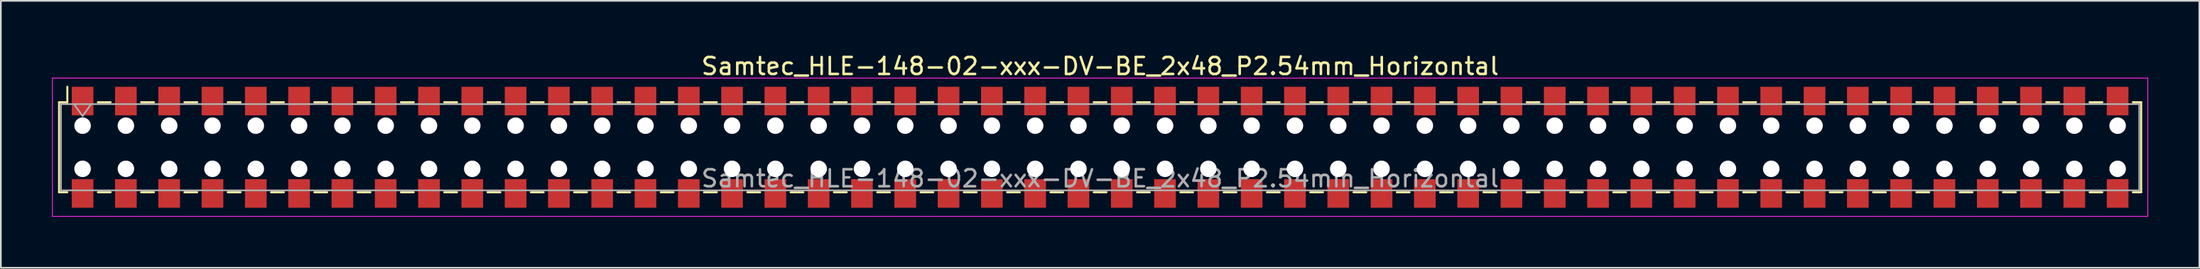
<source format=kicad_pcb>
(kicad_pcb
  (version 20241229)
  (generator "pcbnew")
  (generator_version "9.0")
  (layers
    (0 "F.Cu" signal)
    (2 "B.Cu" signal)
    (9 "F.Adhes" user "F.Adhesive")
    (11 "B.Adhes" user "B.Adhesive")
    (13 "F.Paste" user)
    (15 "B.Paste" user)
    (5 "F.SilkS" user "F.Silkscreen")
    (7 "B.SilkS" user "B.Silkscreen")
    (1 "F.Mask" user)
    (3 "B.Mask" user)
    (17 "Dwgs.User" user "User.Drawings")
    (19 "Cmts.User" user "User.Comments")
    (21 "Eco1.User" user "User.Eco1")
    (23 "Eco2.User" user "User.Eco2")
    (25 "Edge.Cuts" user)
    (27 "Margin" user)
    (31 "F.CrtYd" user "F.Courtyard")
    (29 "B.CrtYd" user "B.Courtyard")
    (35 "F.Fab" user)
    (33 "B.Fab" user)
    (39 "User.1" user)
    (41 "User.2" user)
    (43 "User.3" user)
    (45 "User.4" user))
  (footprint "Samtec_HLE-148-02-xxx-DV-BE_2x48_P2.54mm_Horizontal"
    (layer "F.Cu")
    (at 61.485 5.618)
    (property "Reference" "Samtec_HLE-148-02-xxx-DV-BE_2x48_P2.54mm_Horizontal" (at 0 -4.77 0) (layer "F.SilkS") (effects (font (size 1 1) (thickness 0.15))))
    (attr smd)
    (fp_line (start -61.07 -2.65) (end -61.07 2.65) (stroke (width 0.12) (type solid)) (layer "F.SilkS"))
    (fp_line (start -61.07 2.65) (end -60.585 2.65) (stroke (width 0.12) (type solid)) (layer "F.SilkS"))
    (fp_line (start -60.585 -3.56) (end -60.585 -2.65) (stroke (width 0.12) (type solid)) (layer "F.SilkS"))
    (fp_line (start -60.585 -2.65) (end -61.07 -2.65) (stroke (width 0.12) (type solid)) (layer "F.SilkS"))
    (fp_line (start -58.795 -2.65) (end -58.045 -2.65) (stroke (width 0.12) (type solid)) (layer "F.SilkS"))
    (fp_line (start -58.795 2.65) (end -58.045 2.65) (stroke (width 0.12) (type solid)) (layer "F.SilkS"))
    (fp_line (start -56.255 -2.65) (end -55.505 -2.65) (stroke (width 0.12) (type solid)) (layer "F.SilkS"))
    (fp_line (start -56.255 2.65) (end -55.505 2.65) (stroke (width 0.12) (type solid)) (layer "F.SilkS"))
    (fp_line (start -53.715 -2.65) (end -52.965 -2.65) (stroke (width 0.12) (type solid)) (layer "F.SilkS"))
    (fp_line (start -53.715 2.65) (end -52.965 2.65) (stroke (width 0.12) (type solid)) (layer "F.SilkS"))
    (fp_line (start -51.175 -2.65) (end -50.425 -2.65) (stroke (width 0.12) (type solid)) (layer "F.SilkS"))
    (fp_line (start -51.175 2.65) (end -50.425 2.65) (stroke (width 0.12) (type solid)) (layer "F.SilkS"))
    (fp_line (start -48.635 -2.65) (end -47.885 -2.65) (stroke (width 0.12) (type solid)) (layer "F.SilkS"))
    (fp_line (start -48.635 2.65) (end -47.885 2.65) (stroke (width 0.12) (type solid)) (layer "F.SilkS"))
    (fp_line (start -46.095 -2.65) (end -45.345 -2.65) (stroke (width 0.12) (type solid)) (layer "F.SilkS"))
    (fp_line (start -46.095 2.65) (end -45.345 2.65) (stroke (width 0.12) (type solid)) (layer "F.SilkS"))
    (fp_line (start -43.555 -2.65) (end -42.805 -2.65) (stroke (width 0.12) (type solid)) (layer "F.SilkS"))
    (fp_line (start -43.555 2.65) (end -42.805 2.65) (stroke (width 0.12) (type solid)) (layer "F.SilkS"))
    (fp_line (start -41.015 -2.65) (end -40.265 -2.65) (stroke (width 0.12) (type solid)) (layer "F.SilkS"))
    (fp_line (start -41.015 2.65) (end -40.265 2.65) (stroke (width 0.12) (type solid)) (layer "F.SilkS"))
    (fp_line (start -38.475 -2.65) (end -37.725 -2.65) (stroke (width 0.12) (type solid)) (layer "F.SilkS"))
    (fp_line (start -38.475 2.65) (end -37.725 2.65) (stroke (width 0.12) (type solid)) (layer "F.SilkS"))
    (fp_line (start -35.935 -2.65) (end -35.185 -2.65) (stroke (width 0.12) (type solid)) (layer "F.SilkS"))
    (fp_line (start -35.935 2.65) (end -35.185 2.65) (stroke (width 0.12) (type solid)) (layer "F.SilkS"))
    (fp_line (start -33.395 -2.65) (end -32.645 -2.65) (stroke (width 0.12) (type solid)) (layer "F.SilkS"))
    (fp_line (start -33.395 2.65) (end -32.645 2.65) (stroke (width 0.12) (type solid)) (layer "F.SilkS"))
    (fp_line (start -30.855 -2.65) (end -30.105 -2.65) (stroke (width 0.12) (type solid)) (layer "F.SilkS"))
    (fp_line (start -30.855 2.65) (end -30.105 2.65) (stroke (width 0.12) (type solid)) (layer "F.SilkS"))
    (fp_line (start -28.315 -2.65) (end -27.565 -2.65) (stroke (width 0.12) (type solid)) (layer "F.SilkS"))
    (fp_line (start -28.315 2.65) (end -27.565 2.65) (stroke (width 0.12) (type solid)) (layer "F.SilkS"))
    (fp_line (start -25.775 -2.65) (end -25.025 -2.65) (stroke (width 0.12) (type solid)) (layer "F.SilkS"))
    (fp_line (start -25.775 2.65) (end -25.025 2.65) (stroke (width 0.12) (type solid)) (layer "F.SilkS"))
    (fp_line (start -23.235 -2.65) (end -22.485 -2.65) (stroke (width 0.12) (type solid)) (layer "F.SilkS"))
    (fp_line (start -23.235 2.65) (end -22.485 2.65) (stroke (width 0.12) (type solid)) (layer "F.SilkS"))
    (fp_line (start -20.695 -2.65) (end -19.945 -2.65) (stroke (width 0.12) (type solid)) (layer "F.SilkS"))
    (fp_line (start -20.695 2.65) (end -19.945 2.65) (stroke (width 0.12) (type solid)) (layer "F.SilkS"))
    (fp_line (start -18.155 -2.65) (end -17.405 -2.65) (stroke (width 0.12) (type solid)) (layer "F.SilkS"))
    (fp_line (start -18.155 2.65) (end -17.405 2.65) (stroke (width 0.12) (type solid)) (layer "F.SilkS"))
    (fp_line (start -15.615 -2.65) (end -14.865 -2.65) (stroke (width 0.12) (type solid)) (layer "F.SilkS"))
    (fp_line (start -15.615 2.65) (end -14.865 2.65) (stroke (width 0.12) (type solid)) (layer "F.SilkS"))
    (fp_line (start -13.075 -2.65) (end -12.325 -2.65) (stroke (width 0.12) (type solid)) (layer "F.SilkS"))
    (fp_line (start -13.075 2.65) (end -12.325 2.65) (stroke (width 0.12) (type solid)) (layer "F.SilkS"))
    (fp_line (start -10.535 -2.65) (end -9.785 -2.65) (stroke (width 0.12) (type solid)) (layer "F.SilkS"))
    (fp_line (start -10.535 2.65) (end -9.785 2.65) (stroke (width 0.12) (type solid)) (layer "F.SilkS"))
    (fp_line (start -7.995 -2.65) (end -7.245 -2.65) (stroke (width 0.12) (type solid)) (layer "F.SilkS"))
    (fp_line (start -7.995 2.65) (end -7.245 2.65) (stroke (width 0.12) (type solid)) (layer "F.SilkS"))
    (fp_line (start -5.455 -2.65) (end -4.705 -2.65) (stroke (width 0.12) (type solid)) (layer "F.SilkS"))
    (fp_line (start -5.455 2.65) (end -4.705 2.65) (stroke (width 0.12) (type solid)) (layer "F.SilkS"))
    (fp_line (start -2.915 -2.65) (end -2.165 -2.65) (stroke (width 0.12) (type solid)) (layer "F.SilkS"))
    (fp_line (start -2.915 2.65) (end -2.165 2.65) (stroke (width 0.12) (type solid)) (layer "F.SilkS"))
    (fp_line (start -0.375 -2.65) (end 0.375 -2.65) (stroke (width 0.12) (type solid)) (layer "F.SilkS"))
    (fp_line (start -0.375 2.65) (end 0.375 2.65) (stroke (width 0.12) (type solid)) (layer "F.SilkS"))
    (fp_line (start 2.165 -2.65) (end 2.915 -2.65) (stroke (width 0.12) (type solid)) (layer "F.SilkS"))
    (fp_line (start 2.165 2.65) (end 2.915 2.65) (stroke (width 0.12) (type solid)) (layer "F.SilkS"))
    (fp_line (start 4.705 -2.65) (end 5.455 -2.65) (stroke (width 0.12) (type solid)) (layer "F.SilkS"))
    (fp_line (start 4.705 2.65) (end 5.455 2.65) (stroke (width 0.12) (type solid)) (layer "F.SilkS"))
    (fp_line (start 7.245 -2.65) (end 7.995 -2.65) (stroke (width 0.12) (type solid)) (layer "F.SilkS"))
    (fp_line (start 7.245 2.65) (end 7.995 2.65) (stroke (width 0.12) (type solid)) (layer "F.SilkS"))
    (fp_line (start 9.785 -2.65) (end 10.535 -2.65) (stroke (width 0.12) (type solid)) (layer "F.SilkS"))
    (fp_line (start 9.785 2.65) (end 10.535 2.65) (stroke (width 0.12) (type solid)) (layer "F.SilkS"))
    (fp_line (start 12.325 -2.65) (end 13.075 -2.65) (stroke (width 0.12) (type solid)) (layer "F.SilkS"))
    (fp_line (start 12.325 2.65) (end 13.075 2.65) (stroke (width 0.12) (type solid)) (layer "F.SilkS"))
    (fp_line (start 14.865 -2.65) (end 15.615 -2.65) (stroke (width 0.12) (type solid)) (layer "F.SilkS"))
    (fp_line (start 14.865 2.65) (end 15.615 2.65) (stroke (width 0.12) (type solid)) (layer "F.SilkS"))
    (fp_line (start 17.405 -2.65) (end 18.155 -2.65) (stroke (width 0.12) (type solid)) (layer "F.SilkS"))
    (fp_line (start 17.405 2.65) (end 18.155 2.65) (stroke (width 0.12) (type solid)) (layer "F.SilkS"))
    (fp_line (start 19.945 -2.65) (end 20.695 -2.65) (stroke (width 0.12) (type solid)) (layer "F.SilkS"))
    (fp_line (start 19.945 2.65) (end 20.695 2.65) (stroke (width 0.12) (type solid)) (layer "F.SilkS"))
    (fp_line (start 22.485 -2.65) (end 23.235 -2.65) (stroke (width 0.12) (type solid)) (layer "F.SilkS"))
    (fp_line (start 22.485 2.65) (end 23.235 2.65) (stroke (width 0.12) (type solid)) (layer "F.SilkS"))
    (fp_line (start 25.025 -2.65) (end 25.775 -2.65) (stroke (width 0.12) (type solid)) (layer "F.SilkS"))
    (fp_line (start 25.025 2.65) (end 25.775 2.65) (stroke (width 0.12) (type solid)) (layer "F.SilkS"))
    (fp_line (start 27.565 -2.65) (end 28.315 -2.65) (stroke (width 0.12) (type solid)) (layer "F.SilkS"))
    (fp_line (start 27.565 2.65) (end 28.315 2.65) (stroke (width 0.12) (type solid)) (layer "F.SilkS"))
    (fp_line (start 30.105 -2.65) (end 30.855 -2.65) (stroke (width 0.12) (type solid)) (layer "F.SilkS"))
    (fp_line (start 30.105 2.65) (end 30.855 2.65) (stroke (width 0.12) (type solid)) (layer "F.SilkS"))
    (fp_line (start 32.645 -2.65) (end 33.395 -2.65) (stroke (width 0.12) (type solid)) (layer "F.SilkS"))
    (fp_line (start 32.645 2.65) (end 33.395 2.65) (stroke (width 0.12) (type solid)) (layer "F.SilkS"))
    (fp_line (start 35.185 -2.65) (end 35.935 -2.65) (stroke (width 0.12) (type solid)) (layer "F.SilkS"))
    (fp_line (start 35.185 2.65) (end 35.935 2.65) (stroke (width 0.12) (type solid)) (layer "F.SilkS"))
    (fp_line (start 37.725 -2.65) (end 38.475 -2.65) (stroke (width 0.12) (type solid)) (layer "F.SilkS"))
    (fp_line (start 37.725 2.65) (end 38.475 2.65) (stroke (width 0.12) (type solid)) (layer "F.SilkS"))
    (fp_line (start 40.265 -2.65) (end 41.015 -2.65) (stroke (width 0.12) (type solid)) (layer "F.SilkS"))
    (fp_line (start 40.265 2.65) (end 41.015 2.65) (stroke (width 0.12) (type solid)) (layer "F.SilkS"))
    (fp_line (start 42.805 -2.65) (end 43.555 -2.65) (stroke (width 0.12) (type solid)) (layer "F.SilkS"))
    (fp_line (start 42.805 2.65) (end 43.555 2.65) (stroke (width 0.12) (type solid)) (layer "F.SilkS"))
    (fp_line (start 45.345 -2.65) (end 46.095 -2.65) (stroke (width 0.12) (type solid)) (layer "F.SilkS"))
    (fp_line (start 45.345 2.65) (end 46.095 2.65) (stroke (width 0.12) (type solid)) (layer "F.SilkS"))
    (fp_line (start 47.885 -2.65) (end 48.635 -2.65) (stroke (width 0.12) (type solid)) (layer "F.SilkS"))
    (fp_line (start 47.885 2.65) (end 48.635 2.65) (stroke (width 0.12) (type solid)) (layer "F.SilkS"))
    (fp_line (start 50.425 -2.65) (end 51.175 -2.65) (stroke (width 0.12) (type solid)) (layer "F.SilkS"))
    (fp_line (start 50.425 2.65) (end 51.175 2.65) (stroke (width 0.12) (type solid)) (layer "F.SilkS"))
    (fp_line (start 52.965 -2.65) (end 53.715 -2.65) (stroke (width 0.12) (type solid)) (layer "F.SilkS"))
    (fp_line (start 52.965 2.65) (end 53.715 2.65) (stroke (width 0.12) (type solid)) (layer "F.SilkS"))
    (fp_line (start 55.505 -2.65) (end 56.255 -2.65) (stroke (width 0.12) (type solid)) (layer "F.SilkS"))
    (fp_line (start 55.505 2.65) (end 56.255 2.65) (stroke (width 0.12) (type solid)) (layer "F.SilkS"))
    (fp_line (start 58.045 -2.65) (end 58.795 -2.65) (stroke (width 0.12) (type solid)) (layer "F.SilkS"))
    (fp_line (start 58.045 2.65) (end 58.795 2.65) (stroke (width 0.12) (type solid)) (layer "F.SilkS"))
    (fp_line (start 60.585 -2.65) (end 61.07 -2.65) (stroke (width 0.12) (type solid)) (layer "F.SilkS"))
    (fp_line (start 61.07 -2.65) (end 61.07 2.65) (stroke (width 0.12) (type solid)) (layer "F.SilkS"))
    (fp_line (start 61.07 2.65) (end 60.585 2.65) (stroke (width 0.12) (type solid)) (layer "F.SilkS"))
    (fp_line (start -61.46 -4.07) (end 61.46 -4.07) (stroke (width 0.05) (type solid)) (layer "F.CrtYd"))
    (fp_line (start -61.46 4.07) (end -61.46 -4.07) (stroke (width 0.05) (type solid)) (layer "F.CrtYd"))
    (fp_line (start 61.46 -4.07) (end 61.46 4.07) (stroke (width 0.05) (type solid)) (layer "F.CrtYd"))
    (fp_line (start 61.46 4.07) (end -61.46 4.07) (stroke (width 0.05) (type solid)) (layer "F.CrtYd"))
    (fp_line (start -60.96 -2.54) (end 60.96 -2.54) (stroke (width 0.1) (type solid)) (layer "F.Fab"))
    (fp_line (start -60.96 2.54) (end -60.96 -2.54) (stroke (width 0.1) (type solid)) (layer "F.Fab"))
    (fp_line (start -60.19 -2.54) (end -59.69 -1.833) (stroke (width 0.1) (type solid)) (layer "F.Fab"))
    (fp_line (start -59.69 -1.833) (end -59.19 -2.54) (stroke (width 0.1) (type solid)) (layer "F.Fab"))
    (fp_line (start 60.96 -2.54) (end 60.96 2.54) (stroke (width 0.1) (type solid)) (layer "F.Fab"))
    (fp_line (start 60.96 2.54) (end -60.96 2.54) (stroke (width 0.1) (type solid)) (layer "F.Fab"))
    (fp_text user "${REFERENCE}" (at 0 1.84 0) (layer "F.Fab") (effects (font (size 1 1) (thickness 0.15))))
    (pad "" np_thru_hole circle (at -59.69 -1.27) (size 0.97 0.97) (drill 0.97) (layers "*.Cu" "*.Mask"))
    (pad "" np_thru_hole circle (at -59.69 1.27) (size 0.97 0.97) (drill 0.97) (layers "*.Cu" "*.Mask"))
    (pad "" np_thru_hole circle (at -57.15 -1.27) (size 0.97 0.97) (drill 0.97) (layers "*.Cu" "*.Mask"))
    (pad "" np_thru_hole circle (at -57.15 1.27) (size 0.97 0.97) (drill 0.97) (layers "*.Cu" "*.Mask"))
    (pad "" np_thru_hole circle (at -54.61 -1.27) (size 0.97 0.97) (drill 0.97) (layers "*.Cu" "*.Mask"))
    (pad "" np_thru_hole circle (at -54.61 1.27) (size 0.97 0.97) (drill 0.97) (layers "*.Cu" "*.Mask"))
    (pad "" np_thru_hole circle (at -52.07 -1.27) (size 0.97 0.97) (drill 0.97) (layers "*.Cu" "*.Mask"))
    (pad "" np_thru_hole circle (at -52.07 1.27) (size 0.97 0.97) (drill 0.97) (layers "*.Cu" "*.Mask"))
    (pad "" np_thru_hole circle (at -49.53 -1.27) (size 0.97 0.97) (drill 0.97) (layers "*.Cu" "*.Mask"))
    (pad "" np_thru_hole circle (at -49.53 1.27) (size 0.97 0.97) (drill 0.97) (layers "*.Cu" "*.Mask"))
    (pad "" np_thru_hole circle (at -46.99 -1.27) (size 0.97 0.97) (drill 0.97) (layers "*.Cu" "*.Mask"))
    (pad "" np_thru_hole circle (at -46.99 1.27) (size 0.97 0.97) (drill 0.97) (layers "*.Cu" "*.Mask"))
    (pad "" np_thru_hole circle (at -44.45 -1.27) (size 0.97 0.97) (drill 0.97) (layers "*.Cu" "*.Mask"))
    (pad "" np_thru_hole circle (at -44.45 1.27) (size 0.97 0.97) (drill 0.97) (layers "*.Cu" "*.Mask"))
    (pad "" np_thru_hole circle (at -41.91 -1.27) (size 0.97 0.97) (drill 0.97) (layers "*.Cu" "*.Mask"))
    (pad "" np_thru_hole circle (at -41.91 1.27) (size 0.97 0.97) (drill 0.97) (layers "*.Cu" "*.Mask"))
    (pad "" np_thru_hole circle (at -39.37 -1.27) (size 0.97 0.97) (drill 0.97) (layers "*.Cu" "*.Mask"))
    (pad "" np_thru_hole circle (at -39.37 1.27) (size 0.97 0.97) (drill 0.97) (layers "*.Cu" "*.Mask"))
    (pad "" np_thru_hole circle (at -36.83 -1.27) (size 0.97 0.97) (drill 0.97) (layers "*.Cu" "*.Mask"))
    (pad "" np_thru_hole circle (at -36.83 1.27) (size 0.97 0.97) (drill 0.97) (layers "*.Cu" "*.Mask"))
    (pad "" np_thru_hole circle (at -34.29 -1.27) (size 0.97 0.97) (drill 0.97) (layers "*.Cu" "*.Mask"))
    (pad "" np_thru_hole circle (at -34.29 1.27) (size 0.97 0.97) (drill 0.97) (layers "*.Cu" "*.Mask"))
    (pad "" np_thru_hole circle (at -31.75 -1.27) (size 0.97 0.97) (drill 0.97) (layers "*.Cu" "*.Mask"))
    (pad "" np_thru_hole circle (at -31.75 1.27) (size 0.97 0.97) (drill 0.97) (layers "*.Cu" "*.Mask"))
    (pad "" np_thru_hole circle (at -29.21 -1.27) (size 0.97 0.97) (drill 0.97) (layers "*.Cu" "*.Mask"))
    (pad "" np_thru_hole circle (at -29.21 1.27) (size 0.97 0.97) (drill 0.97) (layers "*.Cu" "*.Mask"))
    (pad "" np_thru_hole circle (at -26.67 -1.27) (size 0.97 0.97) (drill 0.97) (layers "*.Cu" "*.Mask"))
    (pad "" np_thru_hole circle (at -26.67 1.27) (size 0.97 0.97) (drill 0.97) (layers "*.Cu" "*.Mask"))
    (pad "" np_thru_hole circle (at -24.13 -1.27) (size 0.97 0.97) (drill 0.97) (layers "*.Cu" "*.Mask"))
    (pad "" np_thru_hole circle (at -24.13 1.27) (size 0.97 0.97) (drill 0.97) (layers "*.Cu" "*.Mask"))
    (pad "" np_thru_hole circle (at -21.59 -1.27) (size 0.97 0.97) (drill 0.97) (layers "*.Cu" "*.Mask"))
    (pad "" np_thru_hole circle (at -21.59 1.27) (size 0.97 0.97) (drill 0.97) (layers "*.Cu" "*.Mask"))
    (pad "" np_thru_hole circle (at -19.05 -1.27) (size 0.97 0.97) (drill 0.97) (layers "*.Cu" "*.Mask"))
    (pad "" np_thru_hole circle (at -19.05 1.27) (size 0.97 0.97) (drill 0.97) (layers "*.Cu" "*.Mask"))
    (pad "" np_thru_hole circle (at -16.51 -1.27) (size 0.97 0.97) (drill 0.97) (layers "*.Cu" "*.Mask"))
    (pad "" np_thru_hole circle (at -16.51 1.27) (size 0.97 0.97) (drill 0.97) (layers "*.Cu" "*.Mask"))
    (pad "" np_thru_hole circle (at -13.97 -1.27) (size 0.97 0.97) (drill 0.97) (layers "*.Cu" "*.Mask"))
    (pad "" np_thru_hole circle (at -13.97 1.27) (size 0.97 0.97) (drill 0.97) (layers "*.Cu" "*.Mask"))
    (pad "" np_thru_hole circle (at -11.43 -1.27) (size 0.97 0.97) (drill 0.97) (layers "*.Cu" "*.Mask"))
    (pad "" np_thru_hole circle (at -11.43 1.27) (size 0.97 0.97) (drill 0.97) (layers "*.Cu" "*.Mask"))
    (pad "" np_thru_hole circle (at -8.89 -1.27) (size 0.97 0.97) (drill 0.97) (layers "*.Cu" "*.Mask"))
    (pad "" np_thru_hole circle (at -8.89 1.27) (size 0.97 0.97) (drill 0.97) (layers "*.Cu" "*.Mask"))
    (pad "" np_thru_hole circle (at -6.35 -1.27) (size 0.97 0.97) (drill 0.97) (layers "*.Cu" "*.Mask"))
    (pad "" np_thru_hole circle (at -6.35 1.27) (size 0.97 0.97) (drill 0.97) (layers "*.Cu" "*.Mask"))
    (pad "" np_thru_hole circle (at -3.81 -1.27) (size 0.97 0.97) (drill 0.97) (layers "*.Cu" "*.Mask"))
    (pad "" np_thru_hole circle (at -3.81 1.27) (size 0.97 0.97) (drill 0.97) (layers "*.Cu" "*.Mask"))
    (pad "" np_thru_hole circle (at -1.27 -1.27) (size 0.97 0.97) (drill 0.97) (layers "*.Cu" "*.Mask"))
    (pad "" np_thru_hole circle (at -1.27 1.27) (size 0.97 0.97) (drill 0.97) (layers "*.Cu" "*.Mask"))
    (pad "" np_thru_hole circle (at 1.27 -1.27) (size 0.97 0.97) (drill 0.97) (layers "*.Cu" "*.Mask"))
    (pad "" np_thru_hole circle (at 1.27 1.27) (size 0.97 0.97) (drill 0.97) (layers "*.Cu" "*.Mask"))
    (pad "" np_thru_hole circle (at 3.81 -1.27) (size 0.97 0.97) (drill 0.97) (layers "*.Cu" "*.Mask"))
    (pad "" np_thru_hole circle (at 3.81 1.27) (size 0.97 0.97) (drill 0.97) (layers "*.Cu" "*.Mask"))
    (pad "" np_thru_hole circle (at 6.35 -1.27) (size 0.97 0.97) (drill 0.97) (layers "*.Cu" "*.Mask"))
    (pad "" np_thru_hole circle (at 6.35 1.27) (size 0.97 0.97) (drill 0.97) (layers "*.Cu" "*.Mask"))
    (pad "" np_thru_hole circle (at 8.89 -1.27) (size 0.97 0.97) (drill 0.97) (layers "*.Cu" "*.Mask"))
    (pad "" np_thru_hole circle (at 8.89 1.27) (size 0.97 0.97) (drill 0.97) (layers "*.Cu" "*.Mask"))
    (pad "" np_thru_hole circle (at 11.43 -1.27) (size 0.97 0.97) (drill 0.97) (layers "*.Cu" "*.Mask"))
    (pad "" np_thru_hole circle (at 11.43 1.27) (size 0.97 0.97) (drill 0.97) (layers "*.Cu" "*.Mask"))
    (pad "" np_thru_hole circle (at 13.97 -1.27) (size 0.97 0.97) (drill 0.97) (layers "*.Cu" "*.Mask"))
    (pad "" np_thru_hole circle (at 13.97 1.27) (size 0.97 0.97) (drill 0.97) (layers "*.Cu" "*.Mask"))
    (pad "" np_thru_hole circle (at 16.51 -1.27) (size 0.97 0.97) (drill 0.97) (layers "*.Cu" "*.Mask"))
    (pad "" np_thru_hole circle (at 16.51 1.27) (size 0.97 0.97) (drill 0.97) (layers "*.Cu" "*.Mask"))
    (pad "" np_thru_hole circle (at 19.05 -1.27) (size 0.97 0.97) (drill 0.97) (layers "*.Cu" "*.Mask"))
    (pad "" np_thru_hole circle (at 19.05 1.27) (size 0.97 0.97) (drill 0.97) (layers "*.Cu" "*.Mask"))
    (pad "" np_thru_hole circle (at 21.59 -1.27) (size 0.97 0.97) (drill 0.97) (layers "*.Cu" "*.Mask"))
    (pad "" np_thru_hole circle (at 21.59 1.27) (size 0.97 0.97) (drill 0.97) (layers "*.Cu" "*.Mask"))
    (pad "" np_thru_hole circle (at 24.13 -1.27) (size 0.97 0.97) (drill 0.97) (layers "*.Cu" "*.Mask"))
    (pad "" np_thru_hole circle (at 24.13 1.27) (size 0.97 0.97) (drill 0.97) (layers "*.Cu" "*.Mask"))
    (pad "" np_thru_hole circle (at 26.67 -1.27) (size 0.97 0.97) (drill 0.97) (layers "*.Cu" "*.Mask"))
    (pad "" np_thru_hole circle (at 26.67 1.27) (size 0.97 0.97) (drill 0.97) (layers "*.Cu" "*.Mask"))
    (pad "" np_thru_hole circle (at 29.21 -1.27) (size 0.97 0.97) (drill 0.97) (layers "*.Cu" "*.Mask"))
    (pad "" np_thru_hole circle (at 29.21 1.27) (size 0.97 0.97) (drill 0.97) (layers "*.Cu" "*.Mask"))
    (pad "" np_thru_hole circle (at 31.75 -1.27) (size 0.97 0.97) (drill 0.97) (layers "*.Cu" "*.Mask"))
    (pad "" np_thru_hole circle (at 31.75 1.27) (size 0.97 0.97) (drill 0.97) (layers "*.Cu" "*.Mask"))
    (pad "" np_thru_hole circle (at 34.29 -1.27) (size 0.97 0.97) (drill 0.97) (layers "*.Cu" "*.Mask"))
    (pad "" np_thru_hole circle (at 34.29 1.27) (size 0.97 0.97) (drill 0.97) (layers "*.Cu" "*.Mask"))
    (pad "" np_thru_hole circle (at 36.83 -1.27) (size 0.97 0.97) (drill 0.97) (layers "*.Cu" "*.Mask"))
    (pad "" np_thru_hole circle (at 36.83 1.27) (size 0.97 0.97) (drill 0.97) (layers "*.Cu" "*.Mask"))
    (pad "" np_thru_hole circle (at 39.37 -1.27) (size 0.97 0.97) (drill 0.97) (layers "*.Cu" "*.Mask"))
    (pad "" np_thru_hole circle (at 39.37 1.27) (size 0.97 0.97) (drill 0.97) (layers "*.Cu" "*.Mask"))
    (pad "" np_thru_hole circle (at 41.91 -1.27) (size 0.97 0.97) (drill 0.97) (layers "*.Cu" "*.Mask"))
    (pad "" np_thru_hole circle (at 41.91 1.27) (size 0.97 0.97) (drill 0.97) (layers "*.Cu" "*.Mask"))
    (pad "" np_thru_hole circle (at 44.45 -1.27) (size 0.97 0.97) (drill 0.97) (layers "*.Cu" "*.Mask"))
    (pad "" np_thru_hole circle (at 44.45 1.27) (size 0.97 0.97) (drill 0.97) (layers "*.Cu" "*.Mask"))
    (pad "" np_thru_hole circle (at 46.99 -1.27) (size 0.97 0.97) (drill 0.97) (layers "*.Cu" "*.Mask"))
    (pad "" np_thru_hole circle (at 46.99 1.27) (size 0.97 0.97) (drill 0.97) (layers "*.Cu" "*.Mask"))
    (pad "" np_thru_hole circle (at 49.53 -1.27) (size 0.97 0.97) (drill 0.97) (layers "*.Cu" "*.Mask"))
    (pad "" np_thru_hole circle (at 49.53 1.27) (size 0.97 0.97) (drill 0.97) (layers "*.Cu" "*.Mask"))
    (pad "" np_thru_hole circle (at 52.07 -1.27) (size 0.97 0.97) (drill 0.97) (layers "*.Cu" "*.Mask"))
    (pad "" np_thru_hole circle (at 52.07 1.27) (size 0.97 0.97) (drill 0.97) (layers "*.Cu" "*.Mask"))
    (pad "" np_thru_hole circle (at 54.61 -1.27) (size 0.97 0.97) (drill 0.97) (layers "*.Cu" "*.Mask"))
    (pad "" np_thru_hole circle (at 54.61 1.27) (size 0.97 0.97) (drill 0.97) (layers "*.Cu" "*.Mask"))
    (pad "" np_thru_hole circle (at 57.15 -1.27) (size 0.97 0.97) (drill 0.97) (layers "*.Cu" "*.Mask"))
    (pad "" np_thru_hole circle (at 57.15 1.27) (size 0.97 0.97) (drill 0.97) (layers "*.Cu" "*.Mask"))
    (pad "" np_thru_hole circle (at 59.69 -1.27) (size 0.97 0.97) (drill 0.97) (layers "*.Cu" "*.Mask"))
    (pad "" np_thru_hole circle (at 59.69 1.27) (size 0.97 0.97) (drill 0.97) (layers "*.Cu" "*.Mask"))
    (pad "1" smd rect (at -59.69 -2.72) (size 1.27 1.68) (layers "F.Cu" "F.Mask" "F.Paste"))
    (pad "2" smd rect (at -59.69 2.72) (size 1.27 1.68) (layers "F.Cu" "F.Mask" "F.Paste"))
    (pad "3" smd rect (at -57.15 -2.72) (size 1.27 1.68) (layers "F.Cu" "F.Mask" "F.Paste"))
    (pad "4" smd rect (at -57.15 2.72) (size 1.27 1.68) (layers "F.Cu" "F.Mask" "F.Paste"))
    (pad "5" smd rect (at -54.61 -2.72) (size 1.27 1.68) (layers "F.Cu" "F.Mask" "F.Paste"))
    (pad "6" smd rect (at -54.61 2.72) (size 1.27 1.68) (layers "F.Cu" "F.Mask" "F.Paste"))
    (pad "7" smd rect (at -52.07 -2.72) (size 1.27 1.68) (layers "F.Cu" "F.Mask" "F.Paste"))
    (pad "8" smd rect (at -52.07 2.72) (size 1.27 1.68) (layers "F.Cu" "F.Mask" "F.Paste"))
    (pad "9" smd rect (at -49.53 -2.72) (size 1.27 1.68) (layers "F.Cu" "F.Mask" "F.Paste"))
    (pad "10" smd rect (at -49.53 2.72) (size 1.27 1.68) (layers "F.Cu" "F.Mask" "F.Paste"))
    (pad "11" smd rect (at -46.99 -2.72) (size 1.27 1.68) (layers "F.Cu" "F.Mask" "F.Paste"))
    (pad "12" smd rect (at -46.99 2.72) (size 1.27 1.68) (layers "F.Cu" "F.Mask" "F.Paste"))
    (pad "13" smd rect (at -44.45 -2.72) (size 1.27 1.68) (layers "F.Cu" "F.Mask" "F.Paste"))
    (pad "14" smd rect (at -44.45 2.72) (size 1.27 1.68) (layers "F.Cu" "F.Mask" "F.Paste"))
    (pad "15" smd rect (at -41.91 -2.72) (size 1.27 1.68) (layers "F.Cu" "F.Mask" "F.Paste"))
    (pad "16" smd rect (at -41.91 2.72) (size 1.27 1.68) (layers "F.Cu" "F.Mask" "F.Paste"))
    (pad "17" smd rect (at -39.37 -2.72) (size 1.27 1.68) (layers "F.Cu" "F.Mask" "F.Paste"))
    (pad "18" smd rect (at -39.37 2.72) (size 1.27 1.68) (layers "F.Cu" "F.Mask" "F.Paste"))
    (pad "19" smd rect (at -36.83 -2.72) (size 1.27 1.68) (layers "F.Cu" "F.Mask" "F.Paste"))
    (pad "20" smd rect (at -36.83 2.72) (size 1.27 1.68) (layers "F.Cu" "F.Mask" "F.Paste"))
    (pad "21" smd rect (at -34.29 -2.72) (size 1.27 1.68) (layers "F.Cu" "F.Mask" "F.Paste"))
    (pad "22" smd rect (at -34.29 2.72) (size 1.27 1.68) (layers "F.Cu" "F.Mask" "F.Paste"))
    (pad "23" smd rect (at -31.75 -2.72) (size 1.27 1.68) (layers "F.Cu" "F.Mask" "F.Paste"))
    (pad "24" smd rect (at -31.75 2.72) (size 1.27 1.68) (layers "F.Cu" "F.Mask" "F.Paste"))
    (pad "25" smd rect (at -29.21 -2.72) (size 1.27 1.68) (layers "F.Cu" "F.Mask" "F.Paste"))
    (pad "26" smd rect (at -29.21 2.72) (size 1.27 1.68) (layers "F.Cu" "F.Mask" "F.Paste"))
    (pad "27" smd rect (at -26.67 -2.72) (size 1.27 1.68) (layers "F.Cu" "F.Mask" "F.Paste"))
    (pad "28" smd rect (at -26.67 2.72) (size 1.27 1.68) (layers "F.Cu" "F.Mask" "F.Paste"))
    (pad "29" smd rect (at -24.13 -2.72) (size 1.27 1.68) (layers "F.Cu" "F.Mask" "F.Paste"))
    (pad "30" smd rect (at -24.13 2.72) (size 1.27 1.68) (layers "F.Cu" "F.Mask" "F.Paste"))
    (pad "31" smd rect (at -21.59 -2.72) (size 1.27 1.68) (layers "F.Cu" "F.Mask" "F.Paste"))
    (pad "32" smd rect (at -21.59 2.72) (size 1.27 1.68) (layers "F.Cu" "F.Mask" "F.Paste"))
    (pad "33" smd rect (at -19.05 -2.72) (size 1.27 1.68) (layers "F.Cu" "F.Mask" "F.Paste"))
    (pad "34" smd rect (at -19.05 2.72) (size 1.27 1.68) (layers "F.Cu" "F.Mask" "F.Paste"))
    (pad "35" smd rect (at -16.51 -2.72) (size 1.27 1.68) (layers "F.Cu" "F.Mask" "F.Paste"))
    (pad "36" smd rect (at -16.51 2.72) (size 1.27 1.68) (layers "F.Cu" "F.Mask" "F.Paste"))
    (pad "37" smd rect (at -13.97 -2.72) (size 1.27 1.68) (layers "F.Cu" "F.Mask" "F.Paste"))
    (pad "38" smd rect (at -13.97 2.72) (size 1.27 1.68) (layers "F.Cu" "F.Mask" "F.Paste"))
    (pad "39" smd rect (at -11.43 -2.72) (size 1.27 1.68) (layers "F.Cu" "F.Mask" "F.Paste"))
    (pad "40" smd rect (at -11.43 2.72) (size 1.27 1.68) (layers "F.Cu" "F.Mask" "F.Paste"))
    (pad "41" smd rect (at -8.89 -2.72) (size 1.27 1.68) (layers "F.Cu" "F.Mask" "F.Paste"))
    (pad "42" smd rect (at -8.89 2.72) (size 1.27 1.68) (layers "F.Cu" "F.Mask" "F.Paste"))
    (pad "43" smd rect (at -6.35 -2.72) (size 1.27 1.68) (layers "F.Cu" "F.Mask" "F.Paste"))
    (pad "44" smd rect (at -6.35 2.72) (size 1.27 1.68) (layers "F.Cu" "F.Mask" "F.Paste"))
    (pad "45" smd rect (at -3.81 -2.72) (size 1.27 1.68) (layers "F.Cu" "F.Mask" "F.Paste"))
    (pad "46" smd rect (at -3.81 2.72) (size 1.27 1.68) (layers "F.Cu" "F.Mask" "F.Paste"))
    (pad "47" smd rect (at -1.27 -2.72) (size 1.27 1.68) (layers "F.Cu" "F.Mask" "F.Paste"))
    (pad "48" smd rect (at -1.27 2.72) (size 1.27 1.68) (layers "F.Cu" "F.Mask" "F.Paste"))
    (pad "49" smd rect (at 1.27 -2.72) (size 1.27 1.68) (layers "F.Cu" "F.Mask" "F.Paste"))
    (pad "50" smd rect (at 1.27 2.72) (size 1.27 1.68) (layers "F.Cu" "F.Mask" "F.Paste"))
    (pad "51" smd rect (at 3.81 -2.72) (size 1.27 1.68) (layers "F.Cu" "F.Mask" "F.Paste"))
    (pad "52" smd rect (at 3.81 2.72) (size 1.27 1.68) (layers "F.Cu" "F.Mask" "F.Paste"))
    (pad "53" smd rect (at 6.35 -2.72) (size 1.27 1.68) (layers "F.Cu" "F.Mask" "F.Paste"))
    (pad "54" smd rect (at 6.35 2.72) (size 1.27 1.68) (layers "F.Cu" "F.Mask" "F.Paste"))
    (pad "55" smd rect (at 8.89 -2.72) (size 1.27 1.68) (layers "F.Cu" "F.Mask" "F.Paste"))
    (pad "56" smd rect (at 8.89 2.72) (size 1.27 1.68) (layers "F.Cu" "F.Mask" "F.Paste"))
    (pad "57" smd rect (at 11.43 -2.72) (size 1.27 1.68) (layers "F.Cu" "F.Mask" "F.Paste"))
    (pad "58" smd rect (at 11.43 2.72) (size 1.27 1.68) (layers "F.Cu" "F.Mask" "F.Paste"))
    (pad "59" smd rect (at 13.97 -2.72) (size 1.27 1.68) (layers "F.Cu" "F.Mask" "F.Paste"))
    (pad "60" smd rect (at 13.97 2.72) (size 1.27 1.68) (layers "F.Cu" "F.Mask" "F.Paste"))
    (pad "61" smd rect (at 16.51 -2.72) (size 1.27 1.68) (layers "F.Cu" "F.Mask" "F.Paste"))
    (pad "62" smd rect (at 16.51 2.72) (size 1.27 1.68) (layers "F.Cu" "F.Mask" "F.Paste"))
    (pad "63" smd rect (at 19.05 -2.72) (size 1.27 1.68) (layers "F.Cu" "F.Mask" "F.Paste"))
    (pad "64" smd rect (at 19.05 2.72) (size 1.27 1.68) (layers "F.Cu" "F.Mask" "F.Paste"))
    (pad "65" smd rect (at 21.59 -2.72) (size 1.27 1.68) (layers "F.Cu" "F.Mask" "F.Paste"))
    (pad "66" smd rect (at 21.59 2.72) (size 1.27 1.68) (layers "F.Cu" "F.Mask" "F.Paste"))
    (pad "67" smd rect (at 24.13 -2.72) (size 1.27 1.68) (layers "F.Cu" "F.Mask" "F.Paste"))
    (pad "68" smd rect (at 24.13 2.72) (size 1.27 1.68) (layers "F.Cu" "F.Mask" "F.Paste"))
    (pad "69" smd rect (at 26.67 -2.72) (size 1.27 1.68) (layers "F.Cu" "F.Mask" "F.Paste"))
    (pad "70" smd rect (at 26.67 2.72) (size 1.27 1.68) (layers "F.Cu" "F.Mask" "F.Paste"))
    (pad "71" smd rect (at 29.21 -2.72) (size 1.27 1.68) (layers "F.Cu" "F.Mask" "F.Paste"))
    (pad "72" smd rect (at 29.21 2.72) (size 1.27 1.68) (layers "F.Cu" "F.Mask" "F.Paste"))
    (pad "73" smd rect (at 31.75 -2.72) (size 1.27 1.68) (layers "F.Cu" "F.Mask" "F.Paste"))
    (pad "74" smd rect (at 31.75 2.72) (size 1.27 1.68) (layers "F.Cu" "F.Mask" "F.Paste"))
    (pad "75" smd rect (at 34.29 -2.72) (size 1.27 1.68) (layers "F.Cu" "F.Mask" "F.Paste"))
    (pad "76" smd rect (at 34.29 2.72) (size 1.27 1.68) (layers "F.Cu" "F.Mask" "F.Paste"))
    (pad "77" smd rect (at 36.83 -2.72) (size 1.27 1.68) (layers "F.Cu" "F.Mask" "F.Paste"))
    (pad "78" smd rect (at 36.83 2.72) (size 1.27 1.68) (layers "F.Cu" "F.Mask" "F.Paste"))
    (pad "79" smd rect (at 39.37 -2.72) (size 1.27 1.68) (layers "F.Cu" "F.Mask" "F.Paste"))
    (pad "80" smd rect (at 39.37 2.72) (size 1.27 1.68) (layers "F.Cu" "F.Mask" "F.Paste"))
    (pad "81" smd rect (at 41.91 -2.72) (size 1.27 1.68) (layers "F.Cu" "F.Mask" "F.Paste"))
    (pad "82" smd rect (at 41.91 2.72) (size 1.27 1.68) (layers "F.Cu" "F.Mask" "F.Paste"))
    (pad "83" smd rect (at 44.45 -2.72) (size 1.27 1.68) (layers "F.Cu" "F.Mask" "F.Paste"))
    (pad "84" smd rect (at 44.45 2.72) (size 1.27 1.68) (layers "F.Cu" "F.Mask" "F.Paste"))
    (pad "85" smd rect (at 46.99 -2.72) (size 1.27 1.68) (layers "F.Cu" "F.Mask" "F.Paste"))
    (pad "86" smd rect (at 46.99 2.72) (size 1.27 1.68) (layers "F.Cu" "F.Mask" "F.Paste"))
    (pad "87" smd rect (at 49.53 -2.72) (size 1.27 1.68) (layers "F.Cu" "F.Mask" "F.Paste"))
    (pad "88" smd rect (at 49.53 2.72) (size 1.27 1.68) (layers "F.Cu" "F.Mask" "F.Paste"))
    (pad "89" smd rect (at 52.07 -2.72) (size 1.27 1.68) (layers "F.Cu" "F.Mask" "F.Paste"))
    (pad "90" smd rect (at 52.07 2.72) (size 1.27 1.68) (layers "F.Cu" "F.Mask" "F.Paste"))
    (pad "91" smd rect (at 54.61 -2.72) (size 1.27 1.68) (layers "F.Cu" "F.Mask" "F.Paste"))
    (pad "92" smd rect (at 54.61 2.72) (size 1.27 1.68) (layers "F.Cu" "F.Mask" "F.Paste"))
    (pad "93" smd rect (at 57.15 -2.72) (size 1.27 1.68) (layers "F.Cu" "F.Mask" "F.Paste"))
    (pad "94" smd rect (at 57.15 2.72) (size 1.27 1.68) (layers "F.Cu" "F.Mask" "F.Paste"))
    (pad "95" smd rect (at 59.69 -2.72) (size 1.27 1.68) (layers "F.Cu" "F.Mask" "F.Paste"))
    (pad "96" smd rect (at 59.69 2.72) (size 1.27 1.68) (layers "F.Cu" "F.Mask" "F.Paste")))
  (gr_rect
    (start -3 -3)
    (end 125.97 12.713)
    (stroke (width 0.1) (type default))
    (fill no)
    (layer "Edge.Cuts")))
</source>
